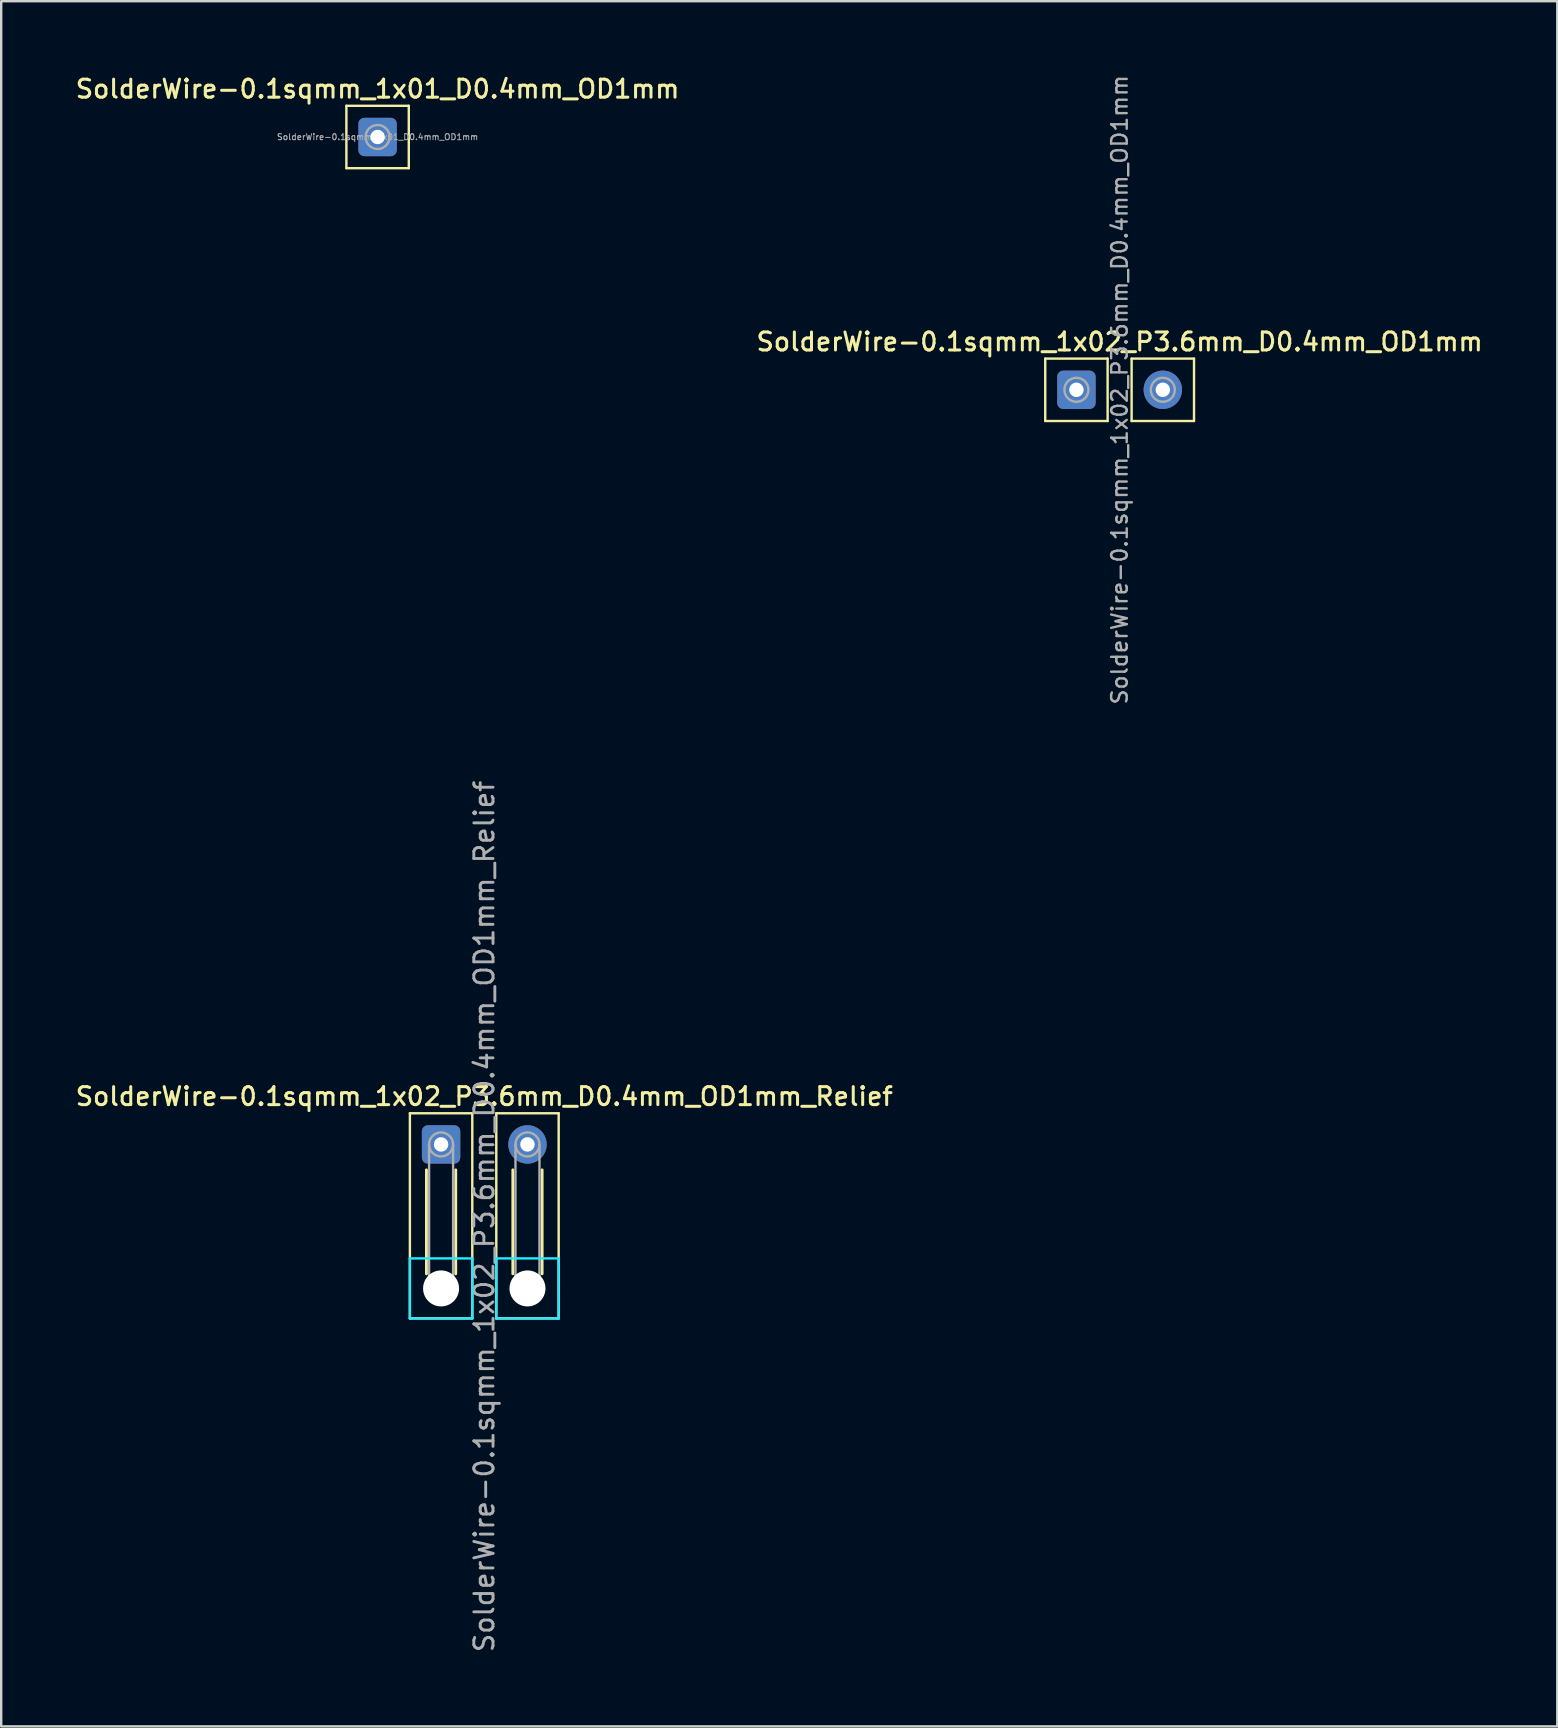
<source format=kicad_pcb>
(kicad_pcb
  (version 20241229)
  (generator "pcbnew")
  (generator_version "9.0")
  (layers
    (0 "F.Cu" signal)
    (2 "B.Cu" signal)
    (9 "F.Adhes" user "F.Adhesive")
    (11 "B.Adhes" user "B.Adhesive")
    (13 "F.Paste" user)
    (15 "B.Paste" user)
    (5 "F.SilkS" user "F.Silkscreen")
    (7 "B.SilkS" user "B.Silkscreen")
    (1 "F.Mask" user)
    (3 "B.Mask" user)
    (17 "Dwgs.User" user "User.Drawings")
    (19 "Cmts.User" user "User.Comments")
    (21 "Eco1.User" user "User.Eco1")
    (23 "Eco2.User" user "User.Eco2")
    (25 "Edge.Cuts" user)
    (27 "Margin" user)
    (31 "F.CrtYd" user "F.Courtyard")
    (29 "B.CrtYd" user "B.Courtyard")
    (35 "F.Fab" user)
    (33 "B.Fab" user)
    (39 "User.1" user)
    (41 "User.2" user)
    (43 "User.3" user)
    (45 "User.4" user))
  (footprint "SolderWire-0.1sqmm_1x02_P3.6mm_D0.4mm_OD1mm_Relief"
    (layer "F.Cu")
    (at 15.33 44.639)
    (property "Reference" "SolderWire-0.1sqmm_1x02_P3.6mm_D0.4mm_OD1mm_Relief" (at 1.8 -2 0) (layer "F.SilkS") (effects (font (size 0.75 0.75) (thickness 0.125))))
    (attr exclude_from_pos_files exclude_from_bom)
    (fp_line (start -1.3 -1.3) (end -1.3 7.25) (stroke (width 0.1) (type solid)) (layer "F.SilkS"))
    (fp_line (start -1.3 7.25) (end 1.3 7.25) (stroke (width 0.1) (type solid)) (layer "F.SilkS"))
    (fp_line (start -0.61 1.06) (end -0.61 5.39) (stroke (width 0.12) (type solid)) (layer "F.SilkS"))
    (fp_line (start 0.61 1.06) (end 0.61 5.39) (stroke (width 0.12) (type solid)) (layer "F.SilkS"))
    (fp_line (start 1.3 -1.3) (end -1.3 -1.3) (stroke (width 0.1) (type solid)) (layer "F.SilkS"))
    (fp_line (start 1.3 7.25) (end 1.3 -1.3) (stroke (width 0.1) (type solid)) (layer "F.SilkS"))
    (fp_line (start 2.3 -1.3) (end 2.3 7.25) (stroke (width 0.1) (type solid)) (layer "F.SilkS"))
    (fp_line (start 2.3 7.25) (end 4.9 7.25) (stroke (width 0.1) (type solid)) (layer "F.SilkS"))
    (fp_line (start 2.99 1.06) (end 2.99 5.39) (stroke (width 0.12) (type solid)) (layer "F.SilkS"))
    (fp_line (start 4.21 1.06) (end 4.21 5.39) (stroke (width 0.12) (type solid)) (layer "F.SilkS"))
    (fp_line (start 4.9 -1.3) (end 2.3 -1.3) (stroke (width 0.1) (type solid)) (layer "F.SilkS"))
    (fp_line (start 4.9 7.25) (end 4.9 -1.3) (stroke (width 0.1) (type solid)) (layer "F.SilkS"))
    (fp_line (start -1.3 4.75) (end -1.3 7.25) (stroke (width 0.1) (type solid)) (layer "B.CrtYd"))
    (fp_line (start -1.3 7.25) (end 1.3 7.25) (stroke (width 0.1) (type solid)) (layer "B.CrtYd"))
    (fp_line (start 1.3 4.75) (end -1.3 4.75) (stroke (width 0.1) (type solid)) (layer "B.CrtYd"))
    (fp_line (start 1.3 7.25) (end 1.3 4.75) (stroke (width 0.1) (type solid)) (layer "B.CrtYd"))
    (fp_line (start 2.3 4.75) (end 2.3 7.25) (stroke (width 0.1) (type solid)) (layer "B.CrtYd"))
    (fp_line (start 2.3 7.25) (end 4.9 7.25) (stroke (width 0.1) (type solid)) (layer "B.CrtYd"))
    (fp_line (start 4.9 4.75) (end 2.3 4.75) (stroke (width 0.1) (type solid)) (layer "B.CrtYd"))
    (fp_line (start 4.9 7.25) (end 4.9 4.75) (stroke (width 0.1) (type solid)) (layer "B.CrtYd"))
    (fp_line (start -0.5 0) (end -0.5 6) (stroke (width 0.1) (type solid)) (layer "F.Fab"))
    (fp_line (start 0.5 0) (end 0.5 6) (stroke (width 0.1) (type solid)) (layer "F.Fab"))
    (fp_line (start 3.1 0) (end 3.1 6) (stroke (width 0.1) (type solid)) (layer "F.Fab"))
    (fp_line (start 4.1 0) (end 4.1 6) (stroke (width 0.1) (type solid)) (layer "F.Fab"))
    (fp_circle (center 0 0) (end 0.5 0) (stroke (width 0.1) (type solid)) (fill no) (layer "F.Fab"))
    (fp_circle (center 0 6) (end 0.5 6) (stroke (width 0.1) (type solid)) (fill no) (layer "F.Fab"))
    (fp_circle (center 3.6 0) (end 4.1 0) (stroke (width 0.1) (type solid)) (fill no) (layer "F.Fab"))
    (fp_circle (center 3.6 6) (end 4.1 6) (stroke (width 0.1) (type solid)) (fill no) (layer "F.Fab"))
    (fp_text user "${REFERENCE}" (at 1.8 3 90) (layer "F.Fab") (effects (font (size 0.8 0.8) (thickness 0.12))))
    (pad "" np_thru_hole circle (at 0 6) (size 1.5 1.5) (drill 1.5) (layers "*.Cu" "*.Mask"))
    (pad "" np_thru_hole circle (at 3.6 6) (size 1.5 1.5) (drill 1.5) (layers "*.Cu" "*.Mask"))
    (pad "1" thru_hole roundrect (at 0 0) (size 1.6 1.6) (drill 0.6) (layers "*.Cu" "*.Mask") (roundrect_rratio 0.156))
    (pad "2" thru_hole circle (at 3.6 0) (size 1.6 1.6) (drill 0.6) (layers "*.Cu" "*.Mask")))
  (footprint "SolderWire-0.1sqmm_1x01_D0.4mm_OD1mm"
    (layer "F.Cu")
    (at 12.684 2.658)
    (property "Reference" "SolderWire-0.1sqmm_1x01_D0.4mm_OD1mm" (at 0 -2 0) (layer "F.SilkS") (effects (font (size 0.75 0.75) (thickness 0.125))))
    (attr exclude_from_pos_files exclude_from_bom)
    (fp_line (start -1.3 -1.3) (end -1.3 1.3) (stroke (width 0.1) (type solid)) (layer "F.SilkS"))
    (fp_line (start -1.3 1.3) (end 1.3 1.3) (stroke (width 0.1) (type solid)) (layer "F.SilkS"))
    (fp_line (start 1.3 -1.3) (end -1.3 -1.3) (stroke (width 0.1) (type solid)) (layer "F.SilkS"))
    (fp_line (start 1.3 1.3) (end 1.3 -1.3) (stroke (width 0.1) (type solid)) (layer "F.SilkS"))
    (fp_circle (center 0 0) (end 0.5 0) (stroke (width 0.1) (type solid)) (fill no) (layer "F.Fab"))
    (fp_text user "${REFERENCE}" (at 0 0 0) (layer "F.Fab") (effects (font (size 0.25 0.25) (thickness 0.04))))
    (pad "1" thru_hole roundrect (at 0 0) (size 1.6 1.6) (drill 0.6) (layers "*.Cu" "*.Mask") (roundrect_rratio 0.156)))
  (footprint "SolderWire-0.1sqmm_1x02_P3.6mm_D0.4mm_OD1mm"
    (layer "F.Cu")
    (at 41.805 13.193)
    (property "Reference" "SolderWire-0.1sqmm_1x02_P3.6mm_D0.4mm_OD1mm" (at 1.8 -2 0) (layer "F.SilkS") (effects (font (size 0.75 0.75) (thickness 0.125))))
    (attr exclude_from_pos_files exclude_from_bom)
    (fp_line (start -1.3 -1.3) (end -1.3 1.3) (stroke (width 0.1) (type solid)) (layer "F.SilkS"))
    (fp_line (start -1.3 1.3) (end 1.3 1.3) (stroke (width 0.1) (type solid)) (layer "F.SilkS"))
    (fp_line (start 1.3 -1.3) (end -1.3 -1.3) (stroke (width 0.1) (type solid)) (layer "F.SilkS"))
    (fp_line (start 1.3 1.3) (end 1.3 -1.3) (stroke (width 0.1) (type solid)) (layer "F.SilkS"))
    (fp_line (start 2.3 -1.3) (end 2.3 1.3) (stroke (width 0.1) (type solid)) (layer "F.SilkS"))
    (fp_line (start 2.3 1.3) (end 4.9 1.3) (stroke (width 0.1) (type solid)) (layer "F.SilkS"))
    (fp_line (start 4.9 -1.3) (end 2.3 -1.3) (stroke (width 0.1) (type solid)) (layer "F.SilkS"))
    (fp_line (start 4.9 1.3) (end 4.9 -1.3) (stroke (width 0.1) (type solid)) (layer "F.SilkS"))
    (fp_circle (center 0 0) (end 0.5 0) (stroke (width 0.1) (type solid)) (fill no) (layer "F.Fab"))
    (fp_circle (center 3.6 0) (end 4.1 0) (stroke (width 0.1) (type solid)) (fill no) (layer "F.Fab"))
    (fp_text user "${REFERENCE}" (at 1.8 0 90) (layer "F.Fab") (effects (font (size 0.65 0.65) (thickness 0.1))))
    (pad "1" thru_hole roundrect (at 0 0) (size 1.6 1.6) (drill 0.6) (layers "*.Cu" "*.Mask") (roundrect_rratio 0.156))
    (pad "2" thru_hole circle (at 3.6 0) (size 1.6 1.6) (drill 0.6) (layers "*.Cu" "*.Mask")))
  (gr_rect
    (start -3 -3)
    (end 61.843 68.891)
    (stroke (width 0.1) (type default))
    (fill no)
    (layer "Edge.Cuts")))
</source>
